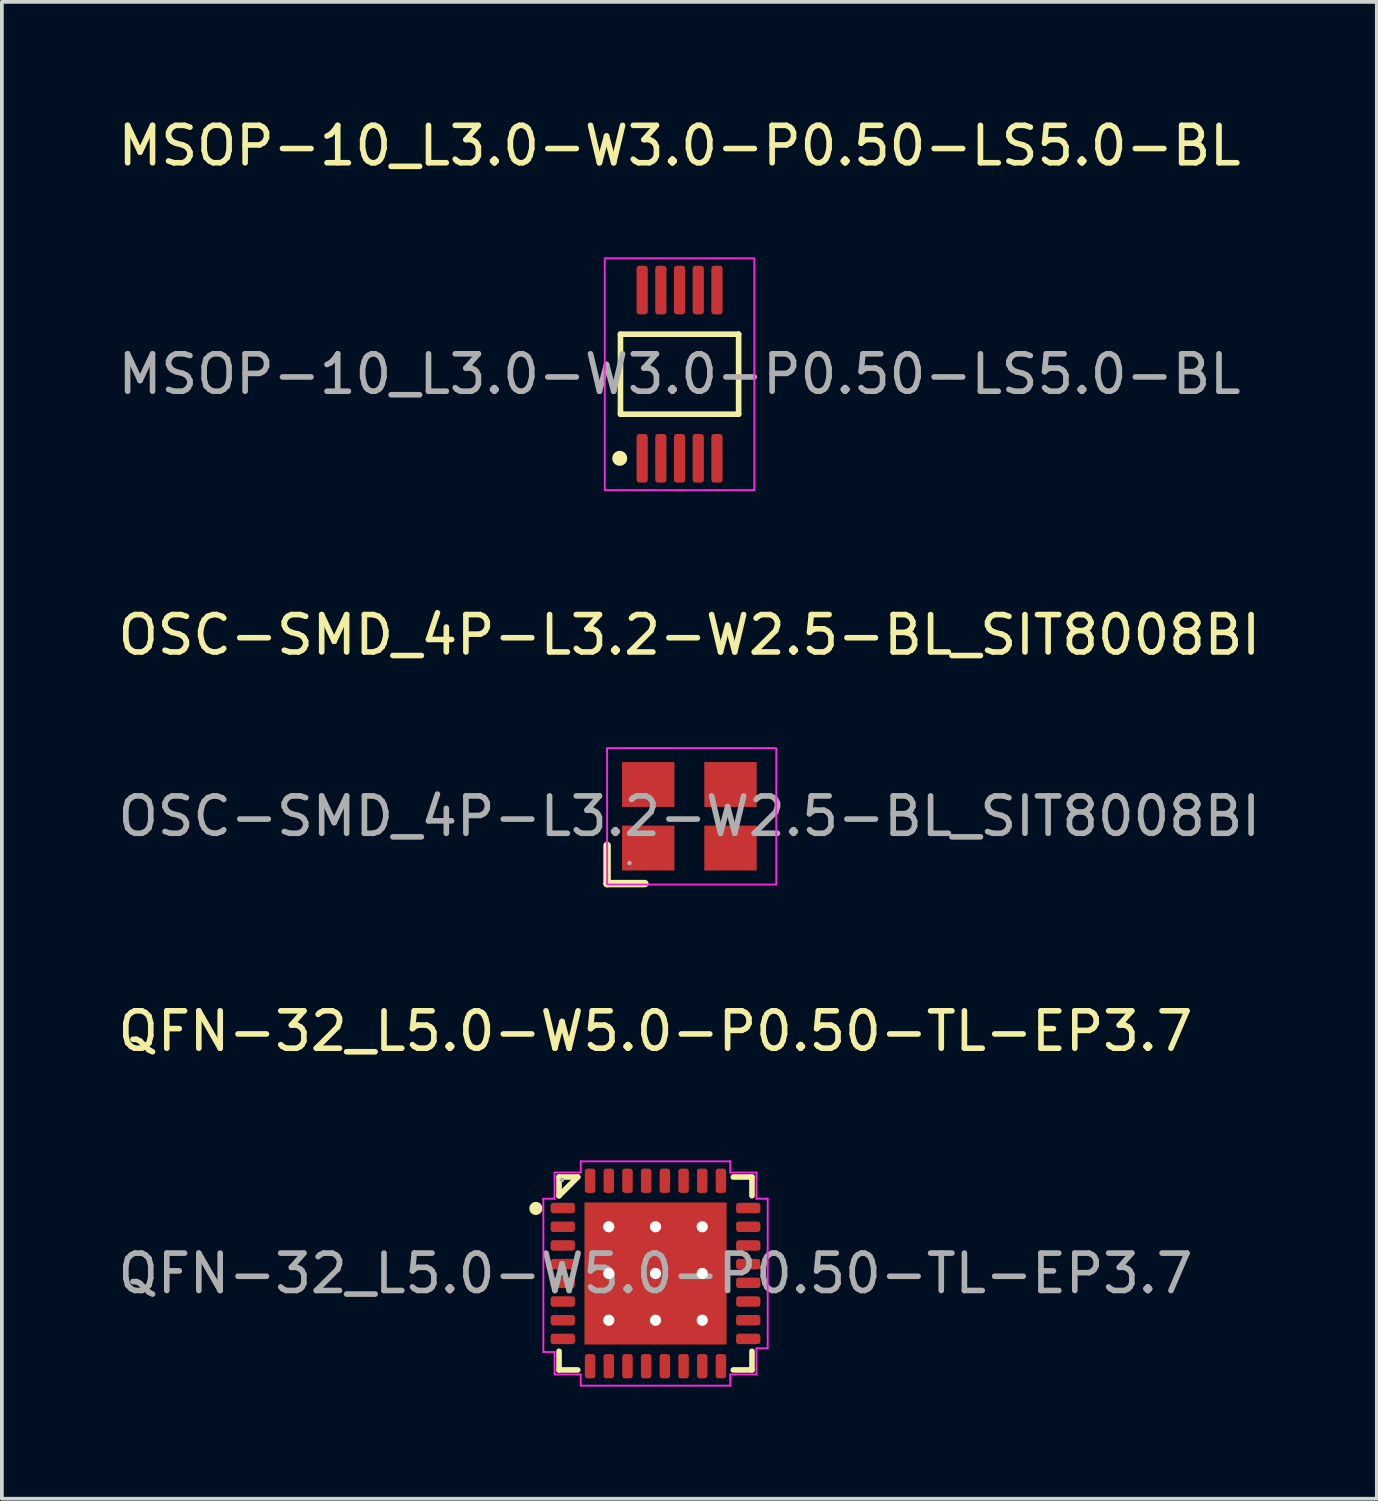
<source format=kicad_pcb>
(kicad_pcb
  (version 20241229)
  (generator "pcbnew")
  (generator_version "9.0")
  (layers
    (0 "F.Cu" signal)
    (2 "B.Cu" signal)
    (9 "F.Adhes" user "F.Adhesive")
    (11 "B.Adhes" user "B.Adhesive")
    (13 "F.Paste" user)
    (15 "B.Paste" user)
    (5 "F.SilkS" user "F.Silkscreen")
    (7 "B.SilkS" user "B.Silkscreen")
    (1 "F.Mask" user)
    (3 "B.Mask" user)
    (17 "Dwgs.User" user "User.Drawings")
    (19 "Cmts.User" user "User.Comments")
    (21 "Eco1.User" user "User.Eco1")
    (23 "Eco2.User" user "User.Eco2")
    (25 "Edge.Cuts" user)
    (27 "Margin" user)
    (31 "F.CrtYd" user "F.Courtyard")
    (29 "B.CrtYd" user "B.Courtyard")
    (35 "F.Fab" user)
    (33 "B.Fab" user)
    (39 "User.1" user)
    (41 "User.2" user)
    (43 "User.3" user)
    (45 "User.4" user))
  (footprint "MSOP-10_L3.0-W3.0-P0.50-LS5.0-BL"
    (layer "F.Cu")
    (at 15.125 6.958)
    (property "Reference" "MSOP-10_L3.0-W3.0-P0.50-LS5.0-BL" (at 0 -6.11 0) (layer "F.SilkS") (effects (font (size 1 1) (thickness 0.15))))
    (attr smd)
    (fp_line (start -1.58 -1.07) (end 1.58 -1.07) (stroke (width 0.15) (type solid)) (layer "F.SilkS"))
    (fp_line (start -1.58 1.07) (end -1.58 -1.07) (stroke (width 0.15) (type solid)) (layer "F.SilkS"))
    (fp_line (start 1.58 -1.07) (end 1.58 1.07) (stroke (width 0.15) (type solid)) (layer "F.SilkS"))
    (fp_line (start 1.58 1.07) (end -1.58 1.07) (stroke (width 0.15) (type solid)) (layer "F.SilkS"))
    (fp_circle (center -1.6 2.25) (end -1.45 2.25) (stroke (width 0.1) (type solid)) (fill yes) (layer "F.SilkS"))
    (fp_rect (start -2 -3.1) (end 2 3.1) (stroke (width 0.05) (type default)) (fill no) (layer "F.CrtYd"))
    (fp_text user "${REFERENCE}" (at 0 0 0) (layer "F.Fab") (effects (font (size 1 1) (thickness 0.15))))
    (pad "1" smd roundrect (at -1 2.25) (size 0.3 1.3) (layers "F.Cu" "F.Mask" "F.Paste") (roundrect_rratio 0.25))
    (pad "2" smd roundrect (at -0.5 2.25) (size 0.3 1.3) (layers "F.Cu" "F.Mask" "F.Paste") (roundrect_rratio 0.25))
    (pad "3" smd roundrect (at 0 2.25) (size 0.3 1.3) (layers "F.Cu" "F.Mask" "F.Paste") (roundrect_rratio 0.25))
    (pad "4" smd roundrect (at 0.5 2.25) (size 0.3 1.3) (layers "F.Cu" "F.Mask" "F.Paste") (roundrect_rratio 0.25))
    (pad "5" smd roundrect (at 1 2.25) (size 0.3 1.3) (layers "F.Cu" "F.Mask" "F.Paste") (roundrect_rratio 0.25))
    (pad "6" smd roundrect (at 1 -2.25) (size 0.3 1.3) (layers "F.Cu" "F.Mask" "F.Paste") (roundrect_rratio 0.25))
    (pad "7" smd roundrect (at 0.5 -2.25) (size 0.3 1.3) (layers "F.Cu" "F.Mask" "F.Paste") (roundrect_rratio 0.25))
    (pad "8" smd roundrect (at 0 -2.25) (size 0.3 1.3) (layers "F.Cu" "F.Mask" "F.Paste") (roundrect_rratio 0.25))
    (pad "9" smd roundrect (at -0.5 -2.25) (size 0.3 1.3) (layers "F.Cu" "F.Mask" "F.Paste") (roundrect_rratio 0.25))
    (pad "10" smd roundrect (at -1 -2.25) (size 0.3 1.3) (layers "F.Cu" "F.Mask" "F.Paste") (roundrect_rratio 0.25)))
  (footprint "QFN-32_L5.0-W5.0-P0.50-TL-EP3.7"
    (layer "F.Cu")
    (at 14.482 31.01)
    (property "Reference" "QFN-32_L5.0-W5.0-P0.50-TL-EP3.7" (at 0 -6.48 0) (layer "F.SilkS") (effects (font (size 1 1) (thickness 0.15))))
    (attr smd)
    (fp_line (start -2.58 -2.58) (end -2.58 -2.08) (stroke (width 0.15) (type solid)) (layer "F.SilkS"))
    (fp_line (start -2.58 2.58) (end -2.58 2.08) (stroke (width 0.15) (type solid)) (layer "F.SilkS"))
    (fp_line (start -2.08 -2.58) (end -2.58 -2.58) (stroke (width 0.15) (type solid)) (layer "F.SilkS"))
    (fp_line (start -2.08 -2.58) (end -2.58 -2.08) (stroke (width 0.15) (type solid)) (layer "F.SilkS"))
    (fp_line (start -2.08 2.58) (end -2.58 2.58) (stroke (width 0.15) (type solid)) (layer "F.SilkS"))
    (fp_line (start 2.08 -2.58) (end 2.58 -2.58) (stroke (width 0.15) (type solid)) (layer "F.SilkS"))
    (fp_line (start 2.08 2.58) (end 2.58 2.58) (stroke (width 0.15) (type solid)) (layer "F.SilkS"))
    (fp_line (start 2.58 -2.58) (end 2.58 -2.08) (stroke (width 0.15) (type solid)) (layer "F.SilkS"))
    (fp_line (start 2.58 2.58) (end 2.58 2.08) (stroke (width 0.15) (type solid)) (layer "F.SilkS"))
    (fp_circle (center -3.2 -1.74) (end -3.2 -1.84) (stroke (width 0.15) (type default)) (fill yes) (layer "F.SilkS"))
    (fp_line (start -3 -2) (end -2.7 -2) (stroke (width 0.05) (type default)) (layer "F.CrtYd"))
    (fp_line (start -3 2.1) (end -3 -2) (stroke (width 0.05) (type default)) (layer "F.CrtYd"))
    (fp_line (start -2.7 -2.7) (end -2 -2.7) (stroke (width 0.05) (type default)) (layer "F.CrtYd"))
    (fp_line (start -2.7 -2) (end -2.7 -2.7) (stroke (width 0.05) (type default)) (layer "F.CrtYd"))
    (fp_line (start -2.7 2.1) (end -3 2.1) (stroke (width 0.05) (type default)) (layer "F.CrtYd"))
    (fp_line (start -2.7 2.7) (end -2.7 2.1) (stroke (width 0.05) (type default)) (layer "F.CrtYd"))
    (fp_line (start -2 -3) (end 2 -3) (stroke (width 0.05) (type default)) (layer "F.CrtYd"))
    (fp_line (start -2 -2.7) (end -2 -3) (stroke (width 0.05) (type default)) (layer "F.CrtYd"))
    (fp_line (start -2 2.7) (end -2.7 2.7) (stroke (width 0.05) (type default)) (layer "F.CrtYd"))
    (fp_line (start -2 3) (end -2 2.7) (stroke (width 0.05) (type default)) (layer "F.CrtYd"))
    (fp_line (start 2 -3) (end 2 -2.7) (stroke (width 0.05) (type default)) (layer "F.CrtYd"))
    (fp_line (start 2 -2.7) (end 2.7 -2.7) (stroke (width 0.05) (type default)) (layer "F.CrtYd"))
    (fp_line (start 2 2.7) (end 2 3) (stroke (width 0.05) (type default)) (layer "F.CrtYd"))
    (fp_line (start 2 3) (end -2 3) (stroke (width 0.05) (type default)) (layer "F.CrtYd"))
    (fp_line (start 2.7 -2.7) (end 2.7 -2) (stroke (width 0.05) (type default)) (layer "F.CrtYd"))
    (fp_line (start 2.7 -2) (end 3 -2) (stroke (width 0.05) (type default)) (layer "F.CrtYd"))
    (fp_line (start 2.7 2) (end 2.7 2.7) (stroke (width 0.05) (type default)) (layer "F.CrtYd"))
    (fp_line (start 2.7 2.7) (end 2 2.7) (stroke (width 0.05) (type default)) (layer "F.CrtYd"))
    (fp_line (start 3 -2) (end 3 2) (stroke (width 0.05) (type default)) (layer "F.CrtYd"))
    (fp_line (start 3 2) (end 2.7 2) (stroke (width 0.05) (type default)) (layer "F.CrtYd"))
    (fp_circle (center -2.5 -2.5) (end -2.47 -2.5) (stroke (width 0.06) (type solid)) (fill no) (layer "F.Fab"))
    (fp_text user "${REFERENCE}" (at 0 0 0) (layer "F.Fab") (effects (font (size 1 1) (thickness 0.15))))
    (pad "1" smd roundrect (at -2.48 -1.75) (size 0.65 0.28) (layers "F.Cu" "F.Mask" "F.Paste") (roundrect_rratio 0.25))
    (pad "2" smd roundrect (at -2.48 -1.25) (size 0.65 0.28) (layers "F.Cu" "F.Mask" "F.Paste") (roundrect_rratio 0.25))
    (pad "3" smd roundrect (at -2.48 -0.75) (size 0.65 0.28) (layers "F.Cu" "F.Mask" "F.Paste") (roundrect_rratio 0.25))
    (pad "4" smd roundrect (at -2.48 -0.25) (size 0.65 0.28) (layers "F.Cu" "F.Mask" "F.Paste") (roundrect_rratio 0.25))
    (pad "5" smd roundrect (at -2.48 0.25) (size 0.65 0.28) (layers "F.Cu" "F.Mask" "F.Paste") (roundrect_rratio 0.25))
    (pad "6" smd roundrect (at -2.48 0.75) (size 0.65 0.28) (layers "F.Cu" "F.Mask" "F.Paste") (roundrect_rratio 0.25))
    (pad "7" smd roundrect (at -2.48 1.25) (size 0.65 0.28) (layers "F.Cu" "F.Mask" "F.Paste") (roundrect_rratio 0.25))
    (pad "8" smd roundrect (at -2.48 1.75) (size 0.65 0.28) (layers "F.Cu" "F.Mask" "F.Paste") (roundrect_rratio 0.25))
    (pad "9" smd roundrect (at -1.75 2.48) (size 0.28 0.65) (layers "F.Cu" "F.Mask" "F.Paste") (roundrect_rratio 0.25))
    (pad "10" smd roundrect (at -1.25 2.48) (size 0.28 0.65) (layers "F.Cu" "F.Mask" "F.Paste") (roundrect_rratio 0.25))
    (pad "11" smd roundrect (at -0.75 2.48) (size 0.28 0.65) (layers "F.Cu" "F.Mask" "F.Paste") (roundrect_rratio 0.25))
    (pad "12" smd roundrect (at -0.25 2.48) (size 0.28 0.65) (layers "F.Cu" "F.Mask" "F.Paste") (roundrect_rratio 0.25))
    (pad "13" smd roundrect (at 0.25 2.48) (size 0.28 0.65) (layers "F.Cu" "F.Mask" "F.Paste") (roundrect_rratio 0.25))
    (pad "14" smd roundrect (at 0.75 2.48) (size 0.28 0.65) (layers "F.Cu" "F.Mask" "F.Paste") (roundrect_rratio 0.25))
    (pad "15" smd roundrect (at 1.25 2.48) (size 0.28 0.65) (layers "F.Cu" "F.Mask" "F.Paste") (roundrect_rratio 0.25))
    (pad "16" smd roundrect (at 1.75 2.48) (size 0.28 0.65) (layers "F.Cu" "F.Mask" "F.Paste") (roundrect_rratio 0.25))
    (pad "17" smd roundrect (at 2.48 1.75) (size 0.65 0.28) (layers "F.Cu" "F.Mask" "F.Paste") (roundrect_rratio 0.25))
    (pad "18" smd roundrect (at 2.48 1.25) (size 0.65 0.28) (layers "F.Cu" "F.Mask" "F.Paste") (roundrect_rratio 0.25))
    (pad "19" smd roundrect (at 2.48 0.75) (size 0.65 0.28) (layers "F.Cu" "F.Mask" "F.Paste") (roundrect_rratio 0.25))
    (pad "20" smd roundrect (at 2.48 0.25) (size 0.65 0.28) (layers "F.Cu" "F.Mask" "F.Paste") (roundrect_rratio 0.25))
    (pad "21" smd roundrect (at 2.48 -0.25) (size 0.65 0.28) (layers "F.Cu" "F.Mask" "F.Paste") (roundrect_rratio 0.25))
    (pad "22" smd roundrect (at 2.48 -0.75) (size 0.65 0.28) (layers "F.Cu" "F.Mask" "F.Paste") (roundrect_rratio 0.25))
    (pad "23" smd roundrect (at 2.48 -1.25) (size 0.65 0.28) (layers "F.Cu" "F.Mask" "F.Paste") (roundrect_rratio 0.25))
    (pad "24" smd roundrect (at 2.48 -1.75) (size 0.65 0.28) (layers "F.Cu" "F.Mask" "F.Paste") (roundrect_rratio 0.25))
    (pad "25" smd roundrect (at 1.75 -2.48) (size 0.28 0.65) (layers "F.Cu" "F.Mask" "F.Paste") (roundrect_rratio 0.25))
    (pad "26" smd roundrect (at 1.25 -2.48) (size 0.28 0.65) (layers "F.Cu" "F.Mask" "F.Paste") (roundrect_rratio 0.25))
    (pad "27" smd roundrect (at 0.75 -2.48) (size 0.28 0.65) (layers "F.Cu" "F.Mask" "F.Paste") (roundrect_rratio 0.25))
    (pad "28" smd roundrect (at 0.25 -2.48) (size 0.28 0.65) (layers "F.Cu" "F.Mask" "F.Paste") (roundrect_rratio 0.25))
    (pad "29" smd roundrect (at -0.25 -2.48) (size 0.28 0.65) (layers "F.Cu" "F.Mask" "F.Paste") (roundrect_rratio 0.25))
    (pad "30" smd roundrect (at -0.75 -2.48) (size 0.28 0.65) (layers "F.Cu" "F.Mask" "F.Paste") (roundrect_rratio 0.25))
    (pad "31" smd roundrect (at -1.25 -2.48) (size 0.28 0.65) (layers "F.Cu" "F.Mask" "F.Paste") (roundrect_rratio 0.25))
    (pad "32" smd roundrect (at -1.75 -2.48) (size 0.28 0.65) (layers "F.Cu" "F.Mask" "F.Paste") (roundrect_rratio 0.25))
    (pad "33" thru_hole circle (at -1.25 -1.25) (size 0.6 0.6) (drill 0.3) (layers "*.Cu" "*.Mask") (remove_unused_layers yes) (zone_layer_connections))
    (pad "33" thru_hole circle (at -1.25 0) (size 0.6 0.6) (drill 0.3) (layers "*.Cu" "*.Mask") (remove_unused_layers yes) (zone_layer_connections))
    (pad "33" thru_hole circle (at -1.25 1.25) (size 0.6 0.6) (drill 0.3) (layers "*.Cu" "*.Mask") (remove_unused_layers yes) (zone_layer_connections))
    (pad "33" thru_hole circle (at 0 -1.25) (size 0.6 0.6) (drill 0.3) (layers "*.Cu" "*.Mask") (remove_unused_layers yes) (zone_layer_connections))
    (pad "33" thru_hole circle (at 0 0) (size 0.6 0.6) (drill 0.3) (layers "*.Cu" "*.Mask") (remove_unused_layers yes) (zone_layer_connections))
    (pad "33" smd rect (at 0 0) (size 3.8 3.8) (layers "F.Cu" "F.Mask" "F.Paste"))
    (pad "33" thru_hole circle (at 0 1.25) (size 0.6 0.6) (drill 0.3) (layers "*.Cu" "*.Mask") (remove_unused_layers yes) (zone_layer_connections))
    (pad "33" thru_hole circle (at 1.25 -1.25) (size 0.6 0.6) (drill 0.3) (layers "*.Cu" "*.Mask") (remove_unused_layers yes) (zone_layer_connections))
    (pad "33" thru_hole circle (at 1.25 0) (size 0.6 0.6) (drill 0.3) (layers "*.Cu" "*.Mask") (remove_unused_layers yes) (zone_layer_connections))
    (pad "33" thru_hole circle (at 1.25 1.25) (size 0.6 0.6) (drill 0.3) (layers "*.Cu" "*.Mask") (remove_unused_layers yes) (zone_layer_connections)))
  (footprint "OSC-SMD_4P-L3.2-W2.5-BL_SIT8008BI"
    (layer "F.Cu")
    (at 15.387 18.782)
    (property "Reference" "OSC-SMD_4P-L3.2-W2.5-BL_SIT8008BI" (at 0 -4.85 0) (layer "F.SilkS") (effects (font (size 1 1) (thickness 0.15))))
    (attr smd)
    (fp_line (start -2.2 0.78) (end -2.2 1.8) (stroke (width 0.2) (type solid)) (layer "F.SilkS"))
    (fp_line (start -2.2 1.8) (end -1.19 1.8) (stroke (width 0.2) (type solid)) (layer "F.SilkS"))
    (fp_rect (start -2.2 -1.825) (end 2.325 1.825) (stroke (width 0.05) (type default)) (fill no) (layer "F.CrtYd"))
    (fp_circle (center -1.6 1.25) (end -1.57 1.25) (stroke (width 0.06) (type solid)) (fill no) (layer "F.Fab"))
    (fp_text user "${REFERENCE}" (at 0 0 0) (layer "F.Fab") (effects (font (size 1 1) (thickness 0.15))))
    (pad "1" smd rect (at -1.1 0.85) (size 1.4 1.2) (layers "F.Cu" "F.Mask" "F.Paste"))
    (pad "2" smd rect (at 1.1 0.85) (size 1.4 1.2) (layers "F.Cu" "F.Mask" "F.Paste"))
    (pad "3" smd rect (at 1.1 -0.85) (size 1.4 1.2) (layers "F.Cu" "F.Mask" "F.Paste"))
    (pad "4" smd rect (at -1.1 -0.85) (size 1.4 1.2) (layers "F.Cu" "F.Mask" "F.Paste")))
  (gr_rect
    (start -3 -3)
    (end 33.774 37.035)
    (stroke (width 0.1) (type default))
    (fill no)
    (layer "Edge.Cuts")))
</source>
